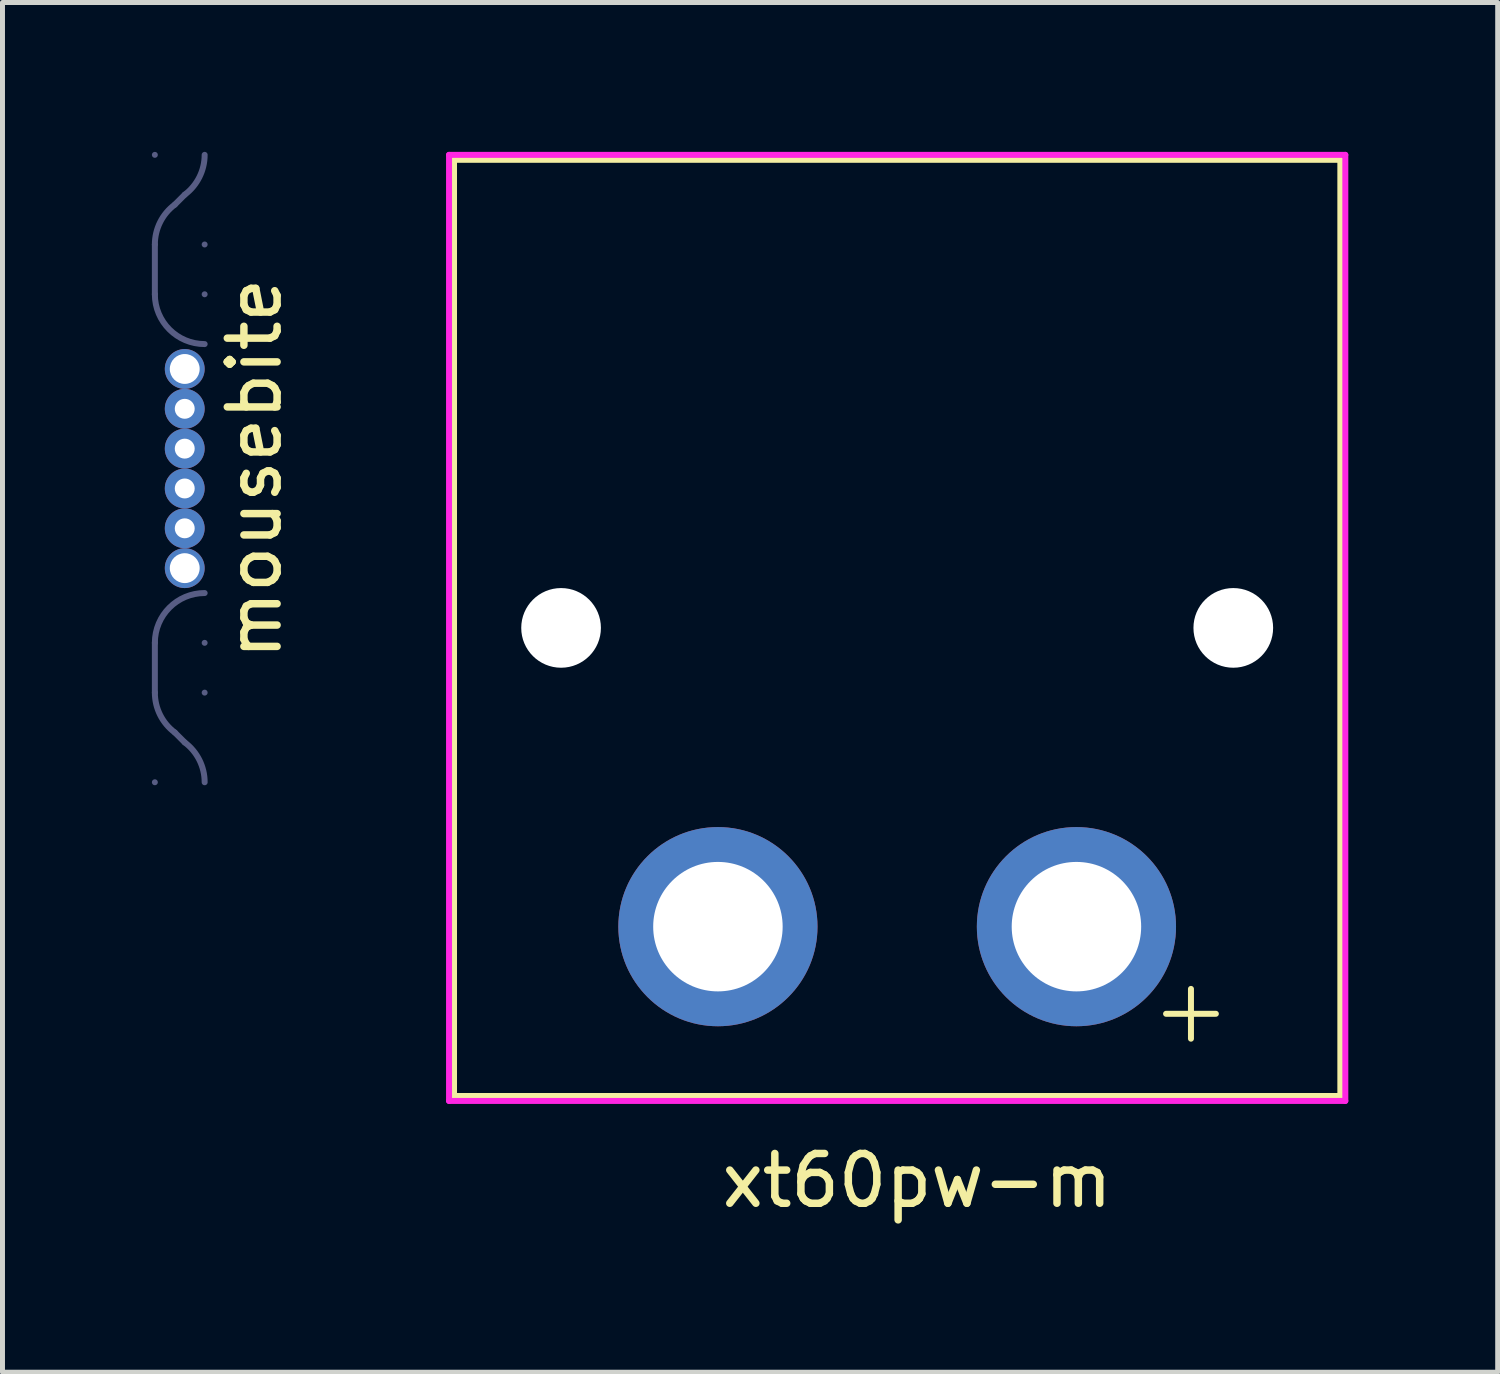
<source format=kicad_pcb>
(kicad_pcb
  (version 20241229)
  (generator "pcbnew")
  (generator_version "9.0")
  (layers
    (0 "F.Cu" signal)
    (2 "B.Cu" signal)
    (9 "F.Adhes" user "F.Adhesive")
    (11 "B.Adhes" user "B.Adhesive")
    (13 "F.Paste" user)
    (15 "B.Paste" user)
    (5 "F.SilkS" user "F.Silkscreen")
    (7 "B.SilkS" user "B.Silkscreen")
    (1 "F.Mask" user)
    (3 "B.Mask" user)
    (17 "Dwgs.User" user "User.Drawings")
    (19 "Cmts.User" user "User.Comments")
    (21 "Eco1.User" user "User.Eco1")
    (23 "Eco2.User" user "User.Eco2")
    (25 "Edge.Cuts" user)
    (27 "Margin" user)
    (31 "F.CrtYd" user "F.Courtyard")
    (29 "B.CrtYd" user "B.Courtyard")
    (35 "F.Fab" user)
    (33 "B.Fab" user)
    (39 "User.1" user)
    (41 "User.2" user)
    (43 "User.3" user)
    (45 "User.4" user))
  (footprint "mousebite"
    (layer "F.Cu")
    (at 1.06 0.86)
    (property "Reference" "mousebite" (at 1 5.5 90) (layer "F.SilkS") (effects (font (size 1 1) (thickness 0.15))))
    (attr through_hole)
    (fp_line (start -1 -0.8) (end -1 -0.8) (stroke (width 0.12) (type solid)) (layer "B.Fab"))
    (fp_line (start -1 1) (end -1 2) (stroke (width 0.12) (type solid)) (layer "B.Fab"))
    (fp_line (start -1 9) (end -1 10) (stroke (width 0.12) (type solid)) (layer "B.Fab"))
    (fp_line (start -1 11.8) (end -1 11.8) (stroke (width 0.12) (type solid)) (layer "B.Fab"))
    (fp_line (start -0.6 10.8) (end -0.4 11) (stroke (width 0.12) (type solid)) (layer "B.Fab"))
    (fp_line (start -0.4 0) (end -0.6 0.2) (stroke (width 0.12) (type solid)) (layer "B.Fab"))
    (fp_line (start 0 1) (end 0 1) (stroke (width 0.12) (type solid)) (layer "B.Fab"))
    (fp_line (start 0 2) (end 0 2) (stroke (width 0.12) (type solid)) (layer "B.Fab"))
    (fp_line (start 0 9) (end 0 9) (stroke (width 0.12) (type solid)) (layer "B.Fab"))
    (fp_line (start 0 10) (end 0 10) (stroke (width 0.12) (type solid)) (layer "B.Fab"))
    (fp_arc (start -1 9) (mid -0.707107 8.292893) (end 0 8) (stroke (width 0.12) (type solid)) (layer "B.Fab"))
    (fp_arc (start -0.999999 1.000001) (mid -0.894427 0.552788) (end -0.6 0.200001) (stroke (width 0.12) (type solid)) (layer "B.Fab"))
    (fp_arc (start -0.6 10.8) (mid -0.894427 10.447214) (end -1 10) (stroke (width 0.12) (type solid)) (layer "B.Fab"))
    (fp_arc (start -0.39958 11.000315) (mid -0.105455 11.353021) (end 0 11.8) (stroke (width 0.12) (type solid)) (layer "B.Fab"))
    (fp_arc (start -0.000001 -0.800001) (mid -0.105573 -0.352788) (end -0.4 -0.000001) (stroke (width 0.12) (type solid)) (layer "B.Fab"))
    (fp_arc (start 0 3) (mid -0.707107 2.707107) (end -1 2) (stroke (width 0.12) (type solid)) (layer "B.Fab"))
    (pad "" thru_hole circle (at -0.4 3.5 90) (size 0.8 0.8) (drill 0.6) (layers "*.Cu" "*.Mask"))
    (pad "" thru_hole circle (at -0.4 4.3) (size 0.8 0.8) (drill 0.4) (layers "*.Cu" "*.Mask"))
    (pad "" thru_hole circle (at -0.4 5.1) (size 0.8 0.8) (drill 0.4) (layers "*.Cu" "*.Mask"))
    (pad "" thru_hole circle (at -0.4 5.9) (size 0.8 0.8) (drill 0.4) (layers "*.Cu" "*.Mask"))
    (pad "" thru_hole circle (at -0.4 6.7) (size 0.8 0.8) (drill 0.4) (layers "*.Cu" "*.Mask"))
    (pad "" thru_hole circle (at -0.4 7.5) (size 0.8 0.8) (drill 0.6) (layers "*.Cu" "*.Mask")))
  (footprint "xt60pw-m"
    (layer "F.Cu")
    (at 14.968 15.56)
    (property "Reference" "xt60pw-m" (at 0.4 5.1 0) (layer "F.SilkS") (effects (font (size 1 1) (thickness 0.15))))
    (attr through_hole)
    (fp_line (start -8.9 -15.4) (end -8.9 3.4) (stroke (width 0.12) (type solid)) (layer "F.SilkS"))
    (fp_line (start -8.9 3.4) (end 8.9 3.4) (stroke (width 0.12) (type solid)) (layer "F.SilkS"))
    (fp_line (start 5.4 1.75) (end 6.4 1.75) (stroke (width 0.12) (type solid)) (layer "F.SilkS"))
    (fp_line (start 5.9 1.25) (end 5.9 2.25) (stroke (width 0.12) (type solid)) (layer "F.SilkS"))
    (fp_line (start 8.9 -15.4) (end -8.9 -15.4) (stroke (width 0.12) (type solid)) (layer "F.SilkS"))
    (fp_line (start 8.9 3.4) (end 8.9 -15.4) (stroke (width 0.12) (type solid)) (layer "F.SilkS"))
    (fp_line (start -9 3.5) (end -9 -15.5) (stroke (width 0.12) (type solid)) (layer "F.CrtYd"))
    (fp_line (start -9 3.5) (end 9 3.5) (stroke (width 0.12) (type solid)) (layer "F.CrtYd"))
    (fp_line (start 9 -15.5) (end -9 -15.5) (stroke (width 0.12) (type solid)) (layer "F.CrtYd"))
    (fp_line (start 9 3.5) (end 9 -15.5) (stroke (width 0.12) (type solid)) (layer "F.CrtYd"))
    (pad "" np_thru_hole circle (at -6.75 -6) (size 1.6 1.6) (drill 1.6) (layers "*.Cu" "*.Mask"))
    (pad "" np_thru_hole circle (at 6.75 -6) (size 1.6 1.6) (drill 1.6) (layers "*.Cu" "*.Mask"))
    (pad "1" thru_hole circle (at -3.6 0) (size 4 4) (drill 2.6) (layers "*.Cu" "*.Mask"))
    (pad "2" thru_hole circle (at 3.6 0) (size 4 4) (drill 2.6) (layers "*.Cu" "*.Mask")))
  (gr_rect
    (start -3 -3)
    (end 27.028 24.508)
    (stroke (width 0.1) (type default))
    (fill no)
    (layer "Edge.Cuts")))
</source>
